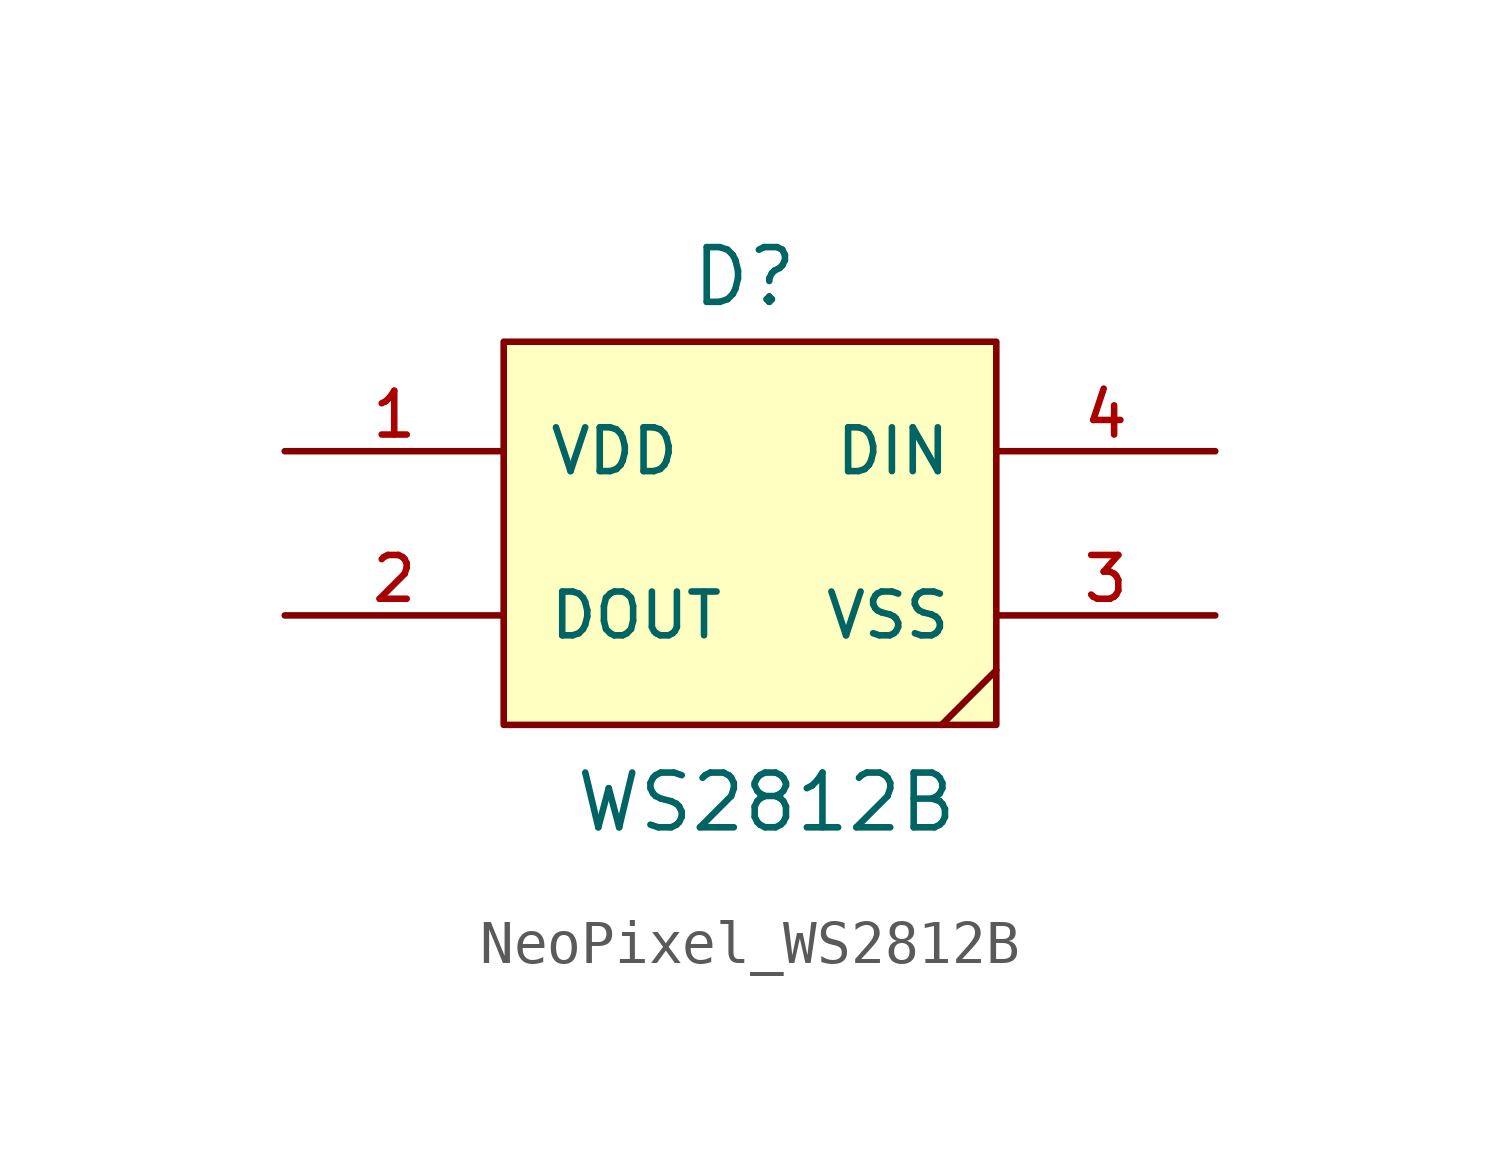
<source format=kicad_sym>
(kicad_symbol_lib
  (version 20231120)
  (generator "kicad_symbol_editor")
  (generator_version "8.0")
  (symbol "NeoPixel_WS2812B"
    (pin_names
      (offset 1.016))
    (property "Reference" "D"
      (at -0.762 8.382 0)
      (effects (font (size 1.27 1.27)) (justify bottom)))
    (property "Value" "WS2812B"
      (at -0.254 -3.81 0)
      (effects (font (size 1.27 1.27)) (justify bottom)))
    (symbol "NeoPixel_WS2812B_0_1"
      (polyline (pts (xy 5.08 0) (xy 3.81 -1.27)) (stroke (width 0) (type default)) (fill (type none))))
    (symbol "NeoPixel_WS2812B_1_0"
      (rectangle (start -6.35 7.62) (end 5.08 -1.27) (stroke (width 0) (type default)) (fill (type background)))
      (pin power_in line (at -11.43 5.08 0) (length 5.08) (name "VDD" (effects (font (size 1.016 1.016)))) (number "1" (effects (font (size 1.016 1.016)))))
      (pin output line (at -11.43 1.27 0) (length 5.08) (name "DOUT" (effects (font (size 1.016 1.016)))) (number "2" (effects (font (size 1.016 1.016)))))
      (pin power_in line (at 10.16 1.27 180) (length 5.08) (name "VSS" (effects (font (size 1.016 1.016)))) (number "3" (effects (font (size 1.016 1.016)))))
      (pin input line (at 10.16 5.08 180) (length 5.08) (name "DIN" (effects (font (size 1.016 1.016)))) (number "4" (effects (font (size 1.016 1.016))))))))
</source>
